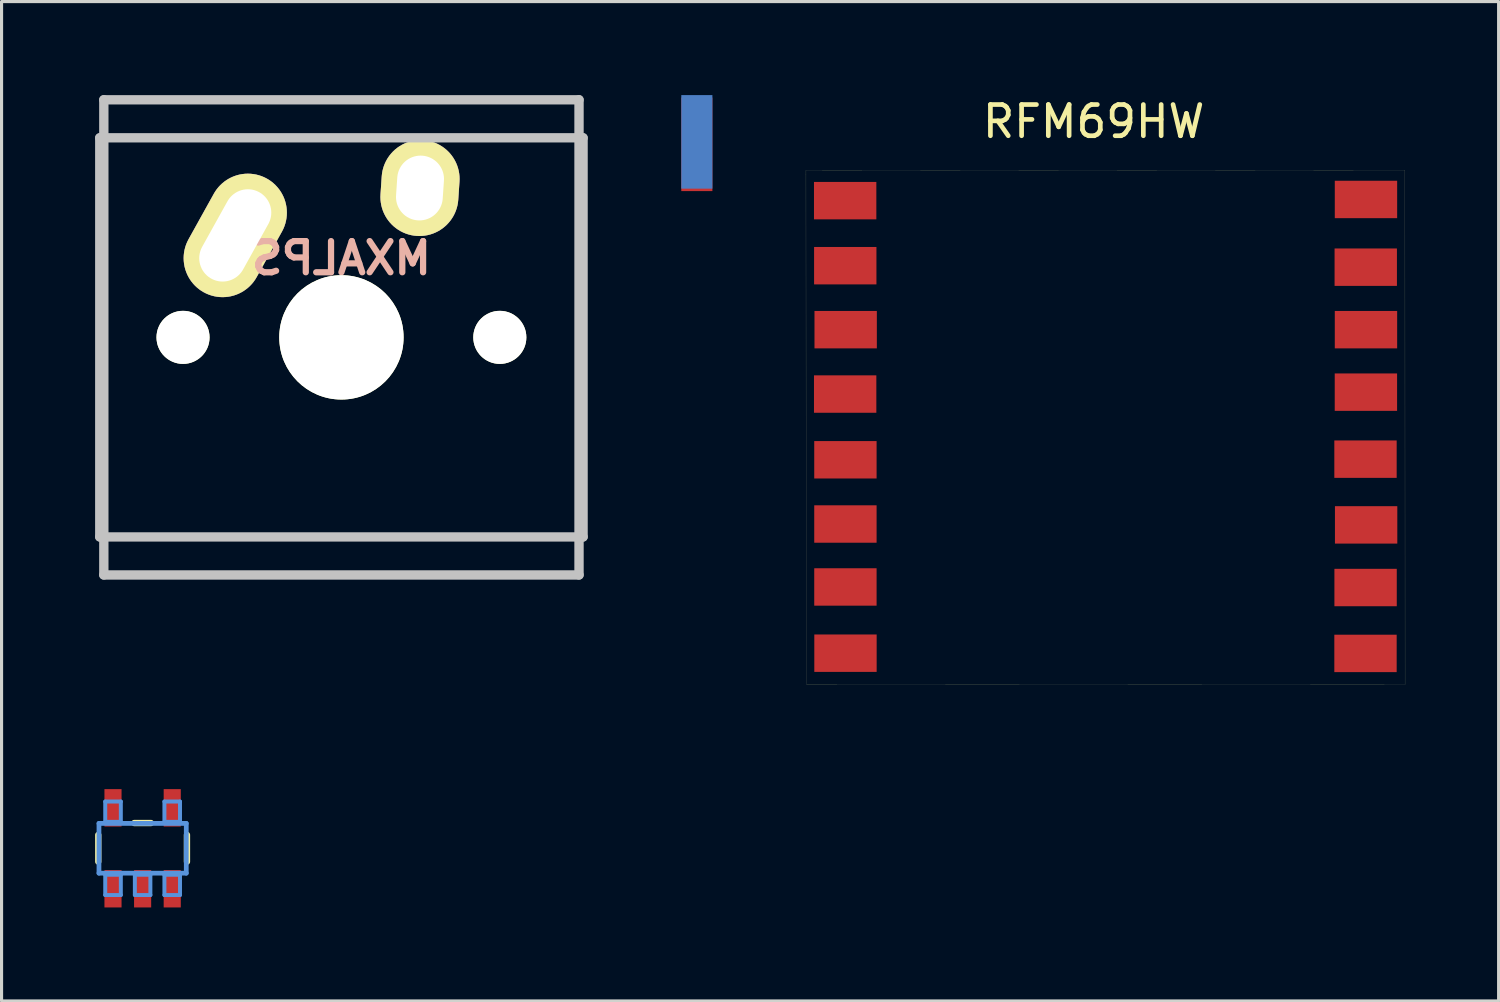
<source format=kicad_pcb>
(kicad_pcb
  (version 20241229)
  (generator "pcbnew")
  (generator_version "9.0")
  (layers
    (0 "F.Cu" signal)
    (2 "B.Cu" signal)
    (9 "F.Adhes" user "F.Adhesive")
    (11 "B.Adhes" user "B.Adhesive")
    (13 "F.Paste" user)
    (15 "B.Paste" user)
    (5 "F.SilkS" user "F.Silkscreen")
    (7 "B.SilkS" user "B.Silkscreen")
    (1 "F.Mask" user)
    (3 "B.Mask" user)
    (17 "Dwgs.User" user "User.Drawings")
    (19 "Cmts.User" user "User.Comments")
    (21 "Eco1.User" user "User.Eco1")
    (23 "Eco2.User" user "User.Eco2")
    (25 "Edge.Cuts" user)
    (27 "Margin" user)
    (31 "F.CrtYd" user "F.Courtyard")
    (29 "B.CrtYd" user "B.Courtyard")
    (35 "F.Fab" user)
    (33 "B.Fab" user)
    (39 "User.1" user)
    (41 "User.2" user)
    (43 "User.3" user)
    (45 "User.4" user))
  (footprint "RFM69HW"
    (layer "F.Cu")
    (at 32.037 11.592)
    (property "Reference" "RFM69HW" (at -0.013 -10.744 0) (layer "F.SilkS") (effects (font (size 1 1) (thickness 0.15))))
    (attr through_hole)
    (fp_line (start -9.238 -9.182) (end 9.97 -9.169) (stroke (width 0.003) (type solid)) (layer "F.SilkS"))
    (fp_line (start -9.238 -9.06) (end -9.233 7.29) (stroke (width 0.003) (type solid)) (layer "F.SilkS"))
    (fp_line (start -9.238 -9.053) (end -9.238 -9.182) (stroke (width 0.003) (type solid)) (layer "F.SilkS"))
    (fp_line (start -9.228 7.308) (end 9.975 7.315) (stroke (width 0.003) (type solid)) (layer "F.SilkS"))
    (fp_line (start 9.975 7.315) (end 9.972 -9.187) (stroke (width 0.003) (type solid)) (layer "F.SilkS"))
    (pad "1" smd rect (at -7.981 -8.207) (size 2 1.2) (layers "F.Cu" "F.Mask" "F.Paste"))
    (pad "2" smd rect (at -7.978 -6.121) (size 2 1.2) (layers "F.Cu" "F.Mask" "F.Paste"))
    (pad "3" smd rect (at -7.965 -4.069) (size 2 1.2) (layers "F.Cu" "F.Mask" "F.Paste"))
    (pad "4" smd rect (at -7.981 -2.004) (size 2 1.2) (layers "F.Cu" "F.Mask" "F.Paste"))
    (pad "5" smd rect (at -7.973 0.104) (size 2 1.2) (layers "F.Cu" "F.Mask" "F.Paste"))
    (pad "6" smd rect (at -7.973 2.164) (size 2 1.2) (layers "F.Cu" "F.Mask" "F.Paste"))
    (pad "7" smd rect (at -7.973 4.183) (size 2 1.2) (layers "F.Cu" "F.Mask" "F.Paste"))
    (pad "8" smd rect (at -7.971 6.307) (size 2 1.2) (layers "F.Cu" "F.Mask" "F.Paste"))
    (pad "9" smd rect (at 8.707 6.314) (size 2 1.2) (layers "F.Cu" "F.Mask" "F.Paste"))
    (pad "10" smd rect (at 8.71 4.201) (size 2 1.2) (layers "F.Cu" "F.Mask" "F.Paste"))
    (pad "11" smd rect (at 8.727 2.192) (size 2 1.2) (layers "F.Cu" "F.Mask" "F.Paste"))
    (pad "12" smd rect (at 8.707 0.084) (size 2 1.2) (layers "F.Cu" "F.Mask" "F.Paste"))
    (pad "13" smd rect (at 8.72 -2.065) (size 2 1.2) (layers "F.Cu" "F.Mask" "F.Paste"))
    (pad "14" smd rect (at 8.722 -4.069) (size 2 1.2) (layers "F.Cu" "F.Mask" "F.Paste"))
    (pad "15" smd rect (at 8.715 -6.073) (size 2 1.2) (layers "F.Cu" "F.Mask" "F.Paste"))
    (pad "16" smd rect (at 8.722 -8.245) (size 2 1.2) (layers "F.Cu" "F.Mask" "F.Paste")))
  (footprint "MXALPS"
    (layer "F.Cu")
    (at 7.9 7.77)
    (property "Reference" "MXALPS" (at 0 -2.54 0) (layer "B.SilkS") (effects (font (size 1 1) (thickness 0.2)) (justify mirror)))
    (attr through_hole)
    (fp_line (start -7.75 6.4) (end -7.75 -6.4) (stroke (width 0.3) (type solid)) (layer "Dwgs.User"))
    (fp_line (start -7.75 6.4) (end 7.75 6.4) (stroke (width 0.3) (type solid)) (layer "Dwgs.User"))
    (fp_line (start -7.62 -7.62) (end 7.62 -7.62) (stroke (width 0.3) (type solid)) (layer "Dwgs.User"))
    (fp_line (start -7.62 7.62) (end -7.62 -7.62) (stroke (width 0.3) (type solid)) (layer "Dwgs.User"))
    (fp_line (start 7.62 -7.62) (end 7.62 7.62) (stroke (width 0.3) (type solid)) (layer "Dwgs.User"))
    (fp_line (start 7.62 7.62) (end -7.62 7.62) (stroke (width 0.3) (type solid)) (layer "Dwgs.User"))
    (fp_line (start 7.75 -6.4) (end -7.75 -6.4) (stroke (width 0.3) (type solid)) (layer "Dwgs.User"))
    (fp_line (start 7.75 6.4) (end 7.75 -6.4) (stroke (width 0.3) (type solid)) (layer "Dwgs.User"))
    (pad "" np_thru_hole circle (at -5.08 0) (size 1.702 1.702) (drill 1.702) (layers "*.Cu" "*.Mask" "F.SilkS"))
    (pad "" np_thru_hole circle (at 0 0) (size 3.988 3.988) (drill 3.988) (layers "*.Cu" "*.Mask" "F.SilkS"))
    (pad "" np_thru_hole circle (at 5.08 0) (size 1.702 1.702) (drill 1.702) (layers "*.Cu" "*.Mask" "F.SilkS"))
    (pad "1" thru_hole oval (at -3.405 -3.27 330.95) (size 2.5 4.17) (drill oval 1.5 3.17) (layers "*.Cu" "*.Mask" "F.SilkS"))
    (pad "2" thru_hole oval (at 2.52 -4.79 356.1) (size 2.5 3.08) (drill oval 1.5 2.08) (layers "*.Cu" "*.Mask" "F.SilkS")))
  (footprint "PADS_PCB_EDGE_2PIN"
    (layer "F.Cu")
    (at 19.299 1.5)
    (property "Reference" "PADS_PCB_EDGE_2PIN" (at 0 0 0) (layer "Cmts.User") (effects (font (size 0.001 0.001) (thickness 0.000001))))
    (attr through_hole)
    (pad "1" smd rect (at 0 0.079 90) (size 3 0.998) (layers "F.Cu" "F.Mask" "F.Paste"))
    (pad "2" smd rect (at 0 0 90) (size 3 0.998) (layers "B.Cu" "B.Mask" "B.Paste")))
  (footprint "SOT23-5"
    (layer "F.Cu")
    (at 1.524 24.156)
    (property "Reference" "SOT23-5" (at -0.076 -1.956 0) (layer "Eco1.User") (effects (font (size 0.406 0.406) (thickness 0.03))))
    (attr through_hole)
    (fp_line (start -1.422 0.429) (end -1.422 -0.429) (stroke (width 0.203) (type solid)) (layer "F.SilkS"))
    (fp_line (start -0.267 -0.81) (end 0.267 -0.81) (stroke (width 0.203) (type solid)) (layer "F.SilkS"))
    (fp_line (start 1.422 -0.429) (end 1.422 0.429) (stroke (width 0.203) (type solid)) (layer "F.SilkS"))
    (fp_line (start -1.4 -0.798) (end -1.4 0.798) (stroke (width 0.152) (type solid)) (layer "Cmts.User"))
    (fp_line (start -1.4 -0.798) (end 1.4 -0.798) (stroke (width 0.152) (type solid)) (layer "Cmts.User"))
    (fp_line (start -1.199 -1.499) (end -1.199 -0.848) (stroke (width 0.127) (type solid)) (layer "Cmts.User"))
    (fp_line (start -1.199 -0.848) (end -0.699 -0.848) (stroke (width 0.127) (type solid)) (layer "Cmts.User"))
    (fp_line (start -1.199 0.848) (end -1.199 1.499) (stroke (width 0.127) (type solid)) (layer "Cmts.User"))
    (fp_line (start -1.199 1.499) (end -0.699 1.499) (stroke (width 0.127) (type solid)) (layer "Cmts.User"))
    (fp_line (start -0.699 -1.499) (end -1.199 -1.499) (stroke (width 0.127) (type solid)) (layer "Cmts.User"))
    (fp_line (start -0.699 -0.848) (end -0.699 -1.499) (stroke (width 0.127) (type solid)) (layer "Cmts.User"))
    (fp_line (start -0.699 0.848) (end -1.199 0.848) (stroke (width 0.127) (type solid)) (layer "Cmts.User"))
    (fp_line (start -0.699 1.499) (end -0.699 0.848) (stroke (width 0.127) (type solid)) (layer "Cmts.User"))
    (fp_line (start -0.249 0.848) (end -0.249 1.499) (stroke (width 0.127) (type solid)) (layer "Cmts.User"))
    (fp_line (start -0.249 1.499) (end 0.249 1.499) (stroke (width 0.127) (type solid)) (layer "Cmts.User"))
    (fp_line (start 0.249 0.848) (end -0.249 0.848) (stroke (width 0.127) (type solid)) (layer "Cmts.User"))
    (fp_line (start 0.249 1.499) (end 0.249 0.848) (stroke (width 0.127) (type solid)) (layer "Cmts.User"))
    (fp_line (start 0.699 -1.499) (end 0.699 -0.848) (stroke (width 0.127) (type solid)) (layer "Cmts.User"))
    (fp_line (start 0.699 -0.848) (end 1.199 -0.848) (stroke (width 0.127) (type solid)) (layer "Cmts.User"))
    (fp_line (start 0.699 0.848) (end 0.699 1.499) (stroke (width 0.127) (type solid)) (layer "Cmts.User"))
    (fp_line (start 0.699 1.499) (end 1.199 1.499) (stroke (width 0.127) (type solid)) (layer "Cmts.User"))
    (fp_line (start 1.199 -1.499) (end 0.699 -1.499) (stroke (width 0.127) (type solid)) (layer "Cmts.User"))
    (fp_line (start 1.199 -0.848) (end 1.199 -1.499) (stroke (width 0.127) (type solid)) (layer "Cmts.User"))
    (fp_line (start 1.199 0.848) (end 0.699 0.848) (stroke (width 0.127) (type solid)) (layer "Cmts.User"))
    (fp_line (start 1.199 1.499) (end 1.199 0.848) (stroke (width 0.127) (type solid)) (layer "Cmts.User"))
    (fp_line (start 1.4 -0.798) (end 1.4 0.798) (stroke (width 0.152) (type solid)) (layer "Cmts.User"))
    (fp_line (start 1.4 0.798) (end -1.4 0.798) (stroke (width 0.152) (type solid)) (layer "Cmts.User"))
    (pad "1" smd rect (at -0.95 1.298) (size 0.549 1.199) (layers "F.Cu" "F.Mask" "F.Paste"))
    (pad "2" smd rect (at 0 1.298) (size 0.549 1.199) (layers "F.Cu" "F.Mask" "F.Paste"))
    (pad "3" smd rect (at 0.95 1.298) (size 0.549 1.199) (layers "F.Cu" "F.Mask" "F.Paste"))
    (pad "4" smd rect (at 0.95 -1.298) (size 0.549 1.199) (layers "F.Cu" "F.Mask" "F.Paste"))
    (pad "5" smd rect (at -0.95 -1.298) (size 0.549 1.199) (layers "F.Cu" "F.Mask" "F.Paste")))
  (gr_rect
    (start -3 -3)
    (end 45.013 29.053)
    (stroke (width 0.1) (type default))
    (fill no)
    (layer "Edge.Cuts")))
</source>
